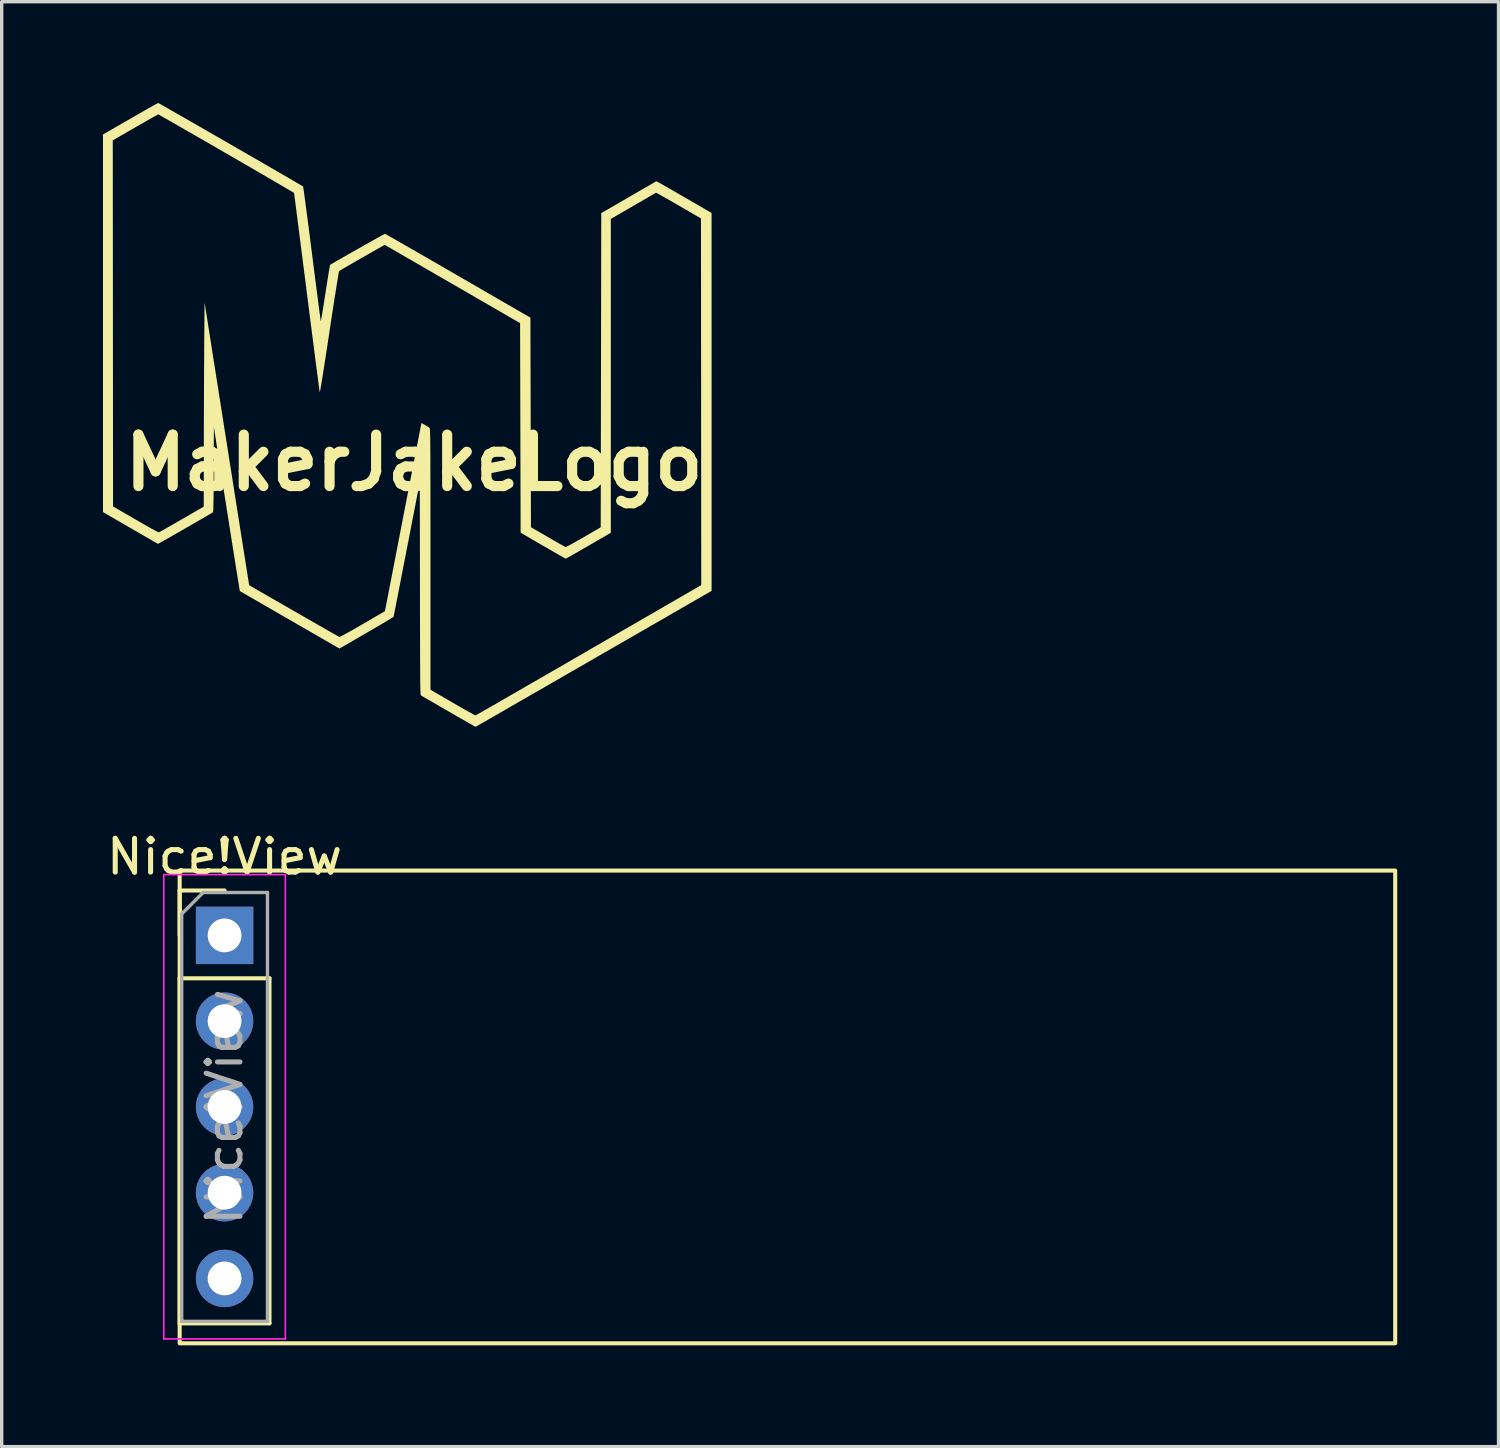
<source format=kicad_pcb>
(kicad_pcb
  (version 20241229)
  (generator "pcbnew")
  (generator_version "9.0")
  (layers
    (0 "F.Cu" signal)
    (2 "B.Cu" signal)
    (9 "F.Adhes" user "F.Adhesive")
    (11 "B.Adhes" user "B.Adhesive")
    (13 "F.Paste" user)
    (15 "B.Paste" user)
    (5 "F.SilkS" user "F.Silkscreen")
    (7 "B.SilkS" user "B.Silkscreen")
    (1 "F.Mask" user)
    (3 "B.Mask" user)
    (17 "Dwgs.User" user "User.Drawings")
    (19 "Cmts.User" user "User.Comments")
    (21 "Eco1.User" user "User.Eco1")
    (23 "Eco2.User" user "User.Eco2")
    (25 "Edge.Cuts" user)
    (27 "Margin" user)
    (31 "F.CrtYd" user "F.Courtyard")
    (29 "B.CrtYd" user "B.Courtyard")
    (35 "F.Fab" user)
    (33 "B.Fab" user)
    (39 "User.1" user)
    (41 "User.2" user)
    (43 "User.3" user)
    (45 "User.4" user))
  (footprint "Nice!View"
    (layer "F.Cu")
    (at 3.601 24.653)
    (property "Reference" "Nice!View" (at 0 -2.33 0) (layer "F.SilkS") (effects (font (size 1 1) (thickness 0.15))))
    (attr through_hole)
    (fp_line (start -1.33 -1.33) (end 0 -1.33) (stroke (width 0.12) (type solid)) (layer "F.SilkS"))
    (fp_line (start -1.33 0) (end -1.33 -1.33) (stroke (width 0.12) (type solid)) (layer "F.SilkS"))
    (fp_line (start -1.33 1.27) (end -1.33 11.49) (stroke (width 0.12) (type solid)) (layer "F.SilkS"))
    (fp_line (start -1.33 1.27) (end 1.33 1.27) (stroke (width 0.12) (type solid)) (layer "F.SilkS"))
    (fp_line (start -1.33 11.49) (end 1.33 11.49) (stroke (width 0.12) (type solid)) (layer "F.SilkS"))
    (fp_line (start 1.33 1.27) (end 1.33 11.49) (stroke (width 0.12) (type solid)) (layer "F.SilkS"))
    (fp_rect (start -1.33 -1.92) (end 34.67 12.08) (stroke (width 0.12) (type default)) (fill no) (layer "F.SilkS"))
    (fp_line (start -1.8 -1.8) (end -1.8 11.95) (stroke (width 0.05) (type solid)) (layer "F.CrtYd"))
    (fp_line (start -1.8 11.95) (end 1.8 11.95) (stroke (width 0.05) (type solid)) (layer "F.CrtYd"))
    (fp_line (start 1.8 -1.8) (end -1.8 -1.8) (stroke (width 0.05) (type solid)) (layer "F.CrtYd"))
    (fp_line (start 1.8 11.95) (end 1.8 -1.8) (stroke (width 0.05) (type solid)) (layer "F.CrtYd"))
    (fp_line (start -1.27 -0.635) (end -0.635 -1.27) (stroke (width 0.1) (type solid)) (layer "F.Fab"))
    (fp_line (start -1.27 11.43) (end -1.27 -0.635) (stroke (width 0.1) (type solid)) (layer "F.Fab"))
    (fp_line (start -0.635 -1.27) (end 1.27 -1.27) (stroke (width 0.1) (type solid)) (layer "F.Fab"))
    (fp_line (start 1.27 -1.27) (end 1.27 11.43) (stroke (width 0.1) (type solid)) (layer "F.Fab"))
    (fp_line (start 1.27 11.43) (end -1.27 11.43) (stroke (width 0.1) (type solid)) (layer "F.Fab"))
    (fp_text user "${REFERENCE}" (at 0 5.08 90) (layer "F.Fab") (effects (font (size 1 1) (thickness 0.15))))
    (pad "1" thru_hole rect (at 0 0) (size 1.7 1.7) (drill 1) (layers "*.Cu" "*.Mask"))
    (pad "2" thru_hole oval (at 0 2.54) (size 1.7 1.7) (drill 1) (layers "*.Cu" "*.Mask"))
    (pad "3" thru_hole oval (at 0 5.08) (size 1.7 1.7) (drill 1) (layers "*.Cu" "*.Mask"))
    (pad "4" thru_hole oval (at 0 7.62) (size 1.7 1.7) (drill 1) (layers "*.Cu" "*.Mask"))
    (pad "5" thru_hole oval (at 0 10.16) (size 1.7 1.7) (drill 1) (layers "*.Cu" "*.Mask")))
  (footprint "MakerJakeLogo"
    (layer "F.Cu")
    (at 9.214 10.656)
    (property "Reference" "MakerJakeLogo" (at 0 0 0) (layer "F.SilkS") (effects (font (size 1.524 1.524) (thickness 0.3))))
    (attr board_only exclude_from_pos_files exclude_from_bom)
    (fp_poly (pts (xy -7.563 -10.648) (xy -7.521 -10.625) (xy -7.456 -10.588) (xy -7.368 -10.538) (xy -7.259 -10.476) (xy -7.132 -10.403) (xy -6.988 -10.321) (xy -6.829 -10.23) (xy -6.656 -10.131) (xy -6.473 -10.025) (xy -6.28 -9.915) (xy -6.08 -9.799) (xy -5.873 -9.681) (xy -5.663 -9.56) (xy -5.451 -9.438) (xy -5.239 -9.315) (xy -5.029 -9.194) (xy -4.822 -9.074) (xy -4.62 -8.958) (xy -4.426 -8.846) (xy -4.24 -8.738) (xy -4.066 -8.638) (xy -3.905 -8.544) (xy -3.758 -8.459) (xy -3.628 -8.383) (xy -3.516 -8.318) (xy -3.424 -8.264) (xy -3.354 -8.223) (xy -3.308 -8.196) (xy -3.288 -8.183) (xy -3.288 -8.183) (xy -3.284 -8.166) (xy -3.277 -8.118) (xy -3.266 -8.043) (xy -3.252 -7.942) (xy -3.235 -7.816) (xy -3.215 -7.668) (xy -3.193 -7.499) (xy -3.168 -7.312) (xy -3.141 -7.109) (xy -3.113 -6.891) (xy -3.084 -6.661) (xy -3.053 -6.42) (xy -3.024 -6.196) (xy -2.992 -5.946) (xy -2.962 -5.706) (xy -2.932 -5.476) (xy -2.904 -5.259) (xy -2.878 -5.056) (xy -2.854 -4.87) (xy -2.832 -4.703) (xy -2.813 -4.555) (xy -2.797 -4.431) (xy -2.783 -4.33) (xy -2.773 -4.257) (xy -2.767 -4.211) (xy -2.764 -4.196) (xy -2.76 -4.206) (xy -2.752 -4.246) (xy -2.74 -4.312) (xy -2.724 -4.402) (xy -2.706 -4.512) (xy -2.685 -4.64) (xy -2.663 -4.783) (xy -2.639 -4.937) (xy -2.628 -5.011) (xy -2.603 -5.171) (xy -2.579 -5.322) (xy -2.557 -5.461) (xy -2.538 -5.583) (xy -2.52 -5.687) (xy -2.506 -5.77) (xy -2.496 -5.827) (xy -2.49 -5.857) (xy -2.488 -5.861) (xy -2.471 -5.872) (xy -2.429 -5.897) (xy -2.365 -5.934) (xy -2.283 -5.982) (xy -2.184 -6.038) (xy -2.074 -6.102) (xy -1.953 -6.171) (xy -1.826 -6.243) (xy -1.696 -6.317) (xy -1.565 -6.391) (xy -1.436 -6.464) (xy -1.313 -6.533) (xy -1.199 -6.597) (xy -1.097 -6.654) (xy -1.009 -6.703) (xy -0.94 -6.742) (xy -0.891 -6.768) (xy -0.866 -6.781) (xy -0.863 -6.782) (xy -0.848 -6.774) (xy -0.806 -6.751) (xy -0.739 -6.713) (xy -0.649 -6.662) (xy -0.537 -6.598) (xy -0.405 -6.522) (xy -0.254 -6.436) (xy -0.086 -6.339) (xy 0.097 -6.234) (xy 0.295 -6.12) (xy 0.505 -5.999) (xy 0.726 -5.871) (xy 0.957 -5.738) (xy 1.195 -5.6) (xy 1.251 -5.568) (xy 1.491 -5.429) (xy 1.725 -5.294) (xy 1.95 -5.163) (xy 2.164 -5.039) (xy 2.367 -4.922) (xy 2.556 -4.813) (xy 2.73 -4.712) (xy 2.887 -4.621) (xy 3.026 -4.541) (xy 3.146 -4.471) (xy 3.244 -4.415) (xy 3.32 -4.371) (xy 3.37 -4.342) (xy 3.395 -4.327) (xy 3.397 -4.326) (xy 3.445 -4.299) (xy 3.453 -1.196) (xy 3.461 1.908) (xy 3.962 2.198) (xy 4.078 2.265) (xy 4.186 2.328) (xy 4.282 2.383) (xy 4.364 2.429) (xy 4.427 2.464) (xy 4.469 2.487) (xy 4.486 2.495) (xy 4.505 2.489) (xy 4.549 2.468) (xy 4.614 2.434) (xy 4.696 2.389) (xy 4.794 2.334) (xy 4.903 2.273) (xy 5.019 2.206) (xy 5.527 1.911) (xy 5.535 -2.741) (xy 5.543 -7.394) (xy 7.173 -8.338) (xy 7.24 -8.304) (xy 7.266 -8.29) (xy 7.318 -8.261) (xy 7.391 -8.219) (xy 7.484 -8.166) (xy 7.594 -8.103) (xy 7.717 -8.032) (xy 7.851 -7.954) (xy 7.993 -7.872) (xy 8.058 -7.835) (xy 8.81 -7.399) (xy 8.811 -1.804) (xy 8.811 3.792) (xy 8.775 3.814) (xy 8.759 3.823) (xy 8.716 3.848) (xy 8.649 3.887) (xy 8.558 3.939) (xy 8.444 4.005) (xy 8.31 4.082) (xy 8.157 4.17) (xy 7.986 4.269) (xy 7.799 4.377) (xy 7.597 4.493) (xy 7.381 4.618) (xy 7.154 4.749) (xy 6.916 4.886) (xy 6.669 5.028) (xy 6.415 5.175) (xy 6.154 5.325) (xy 5.889 5.478) (xy 5.62 5.632) (xy 5.35 5.788) (xy 5.08 5.944) (xy 4.811 6.099) (xy 4.544 6.252) (xy 4.281 6.404) (xy 4.024 6.552) (xy 3.775 6.696) (xy 3.533 6.835) (xy 3.301 6.968) (xy 3.081 7.095) (xy 2.874 7.214) (xy 2.681 7.326) (xy 2.504 7.428) (xy 2.344 7.52) (xy 2.202 7.601) (xy 2.081 7.671) (xy 1.981 7.728) (xy 1.905 7.772) (xy 1.852 7.802) (xy 1.826 7.817) (xy 1.824 7.819) (xy 1.808 7.812) (xy 1.768 7.79) (xy 1.705 7.755) (xy 1.621 7.708) (xy 1.519 7.65) (xy 1.403 7.583) (xy 1.273 7.509) (xy 1.133 7.428) (xy 1.025 7.366) (xy 0.878 7.281) (xy 0.739 7.201) (xy 0.611 7.126) (xy 0.495 7.059) (xy 0.395 7.002) (xy 0.314 6.954) (xy 0.253 6.919) (xy 0.216 6.898) (xy 0.206 6.891) (xy 0.202 6.888) (xy 0.199 6.882) (xy 0.197 6.871) (xy 0.194 6.854) (xy 0.192 6.83) (xy 0.189 6.798) (xy 0.188 6.756) (xy 0.186 6.703) (xy 0.184 6.637) (xy 0.183 6.558) (xy 0.182 6.463) (xy 0.18 6.352) (xy 0.179 6.223) (xy 0.179 6.075) (xy 0.178 5.907) (xy 0.177 5.717) (xy 0.177 5.503) (xy 0.176 5.265) (xy 0.175 5.001) (xy 0.175 4.711) (xy 0.174 4.391) (xy 0.174 4.042) (xy 0.174 3.723) (xy 0.169 0.572) (xy -0.216 2.557) (xy -0.264 2.806) (xy -0.311 3.045) (xy -0.355 3.274) (xy -0.398 3.491) (xy -0.437 3.693) (xy -0.473 3.879) (xy -0.506 4.046) (xy -0.535 4.194) (xy -0.56 4.319) (xy -0.58 4.42) (xy -0.595 4.495) (xy -0.604 4.542) (xy -0.608 4.56) (xy -0.623 4.571) (xy -0.663 4.597) (xy -0.726 4.636) (xy -0.81 4.686) (xy -0.912 4.746) (xy -1.029 4.816) (xy -1.159 4.892) (xy -1.299 4.974) (xy -1.412 5.04) (xy -2.21 5.502) (xy -3.683 4.652) (xy -3.884 4.537) (xy -4.076 4.426) (xy -4.259 4.32) (xy -4.43 4.221) (xy -4.588 4.13) (xy -4.73 4.048) (xy -4.855 3.976) (xy -4.962 3.914) (xy -5.047 3.865) (xy -5.11 3.828) (xy -5.149 3.806) (xy -5.161 3.799) (xy -5.164 3.783) (xy -5.172 3.736) (xy -5.185 3.662) (xy -5.201 3.56) (xy -5.221 3.434) (xy -5.245 3.284) (xy -5.273 3.113) (xy -5.303 2.923) (xy -5.336 2.714) (xy -5.372 2.489) (xy -5.41 2.249) (xy -5.45 1.997) (xy -5.491 1.734) (xy -5.534 1.461) (xy -5.549 1.37) (xy -5.93 -1.054) (xy -5.935 0.197) (xy -5.935 0.439) (xy -5.937 0.65) (xy -5.938 0.832) (xy -5.939 0.987) (xy -5.941 1.117) (xy -5.943 1.223) (xy -5.945 1.308) (xy -5.947 1.372) (xy -5.95 1.419) (xy -5.954 1.448) (xy -5.957 1.463) (xy -5.959 1.465) (xy -5.979 1.478) (xy -6.023 1.505) (xy -6.089 1.544) (xy -6.173 1.593) (xy -6.272 1.651) (xy -6.384 1.716) (xy -6.505 1.786) (xy -6.632 1.859) (xy -6.762 1.934) (xy -6.893 2.009) (xy -7.02 2.083) (xy -7.142 2.152) (xy -7.255 2.217) (xy -7.357 2.274) (xy -7.443 2.323) (xy -7.512 2.362) (xy -7.56 2.388) (xy -7.583 2.4) (xy -7.586 2.401) (xy -7.601 2.392) (xy -7.642 2.369) (xy -7.706 2.332) (xy -7.79 2.283) (xy -7.893 2.224) (xy -8.01 2.157) (xy -8.141 2.081) (xy -8.282 2) (xy -8.405 1.928) (xy -9.214 1.46) (xy -9.214 -4.131) (xy -9.214 -9.55) (xy -8.924 -9.55) (xy -8.92 -4.128) (xy -8.916 1.293) (xy -8.248 1.68) (xy -8.114 1.758) (xy -7.988 1.83) (xy -7.873 1.895) (xy -7.772 1.951) (xy -7.687 1.998) (xy -7.622 2.033) (xy -7.579 2.055) (xy -7.561 2.062) (xy -7.561 2.062) (xy -7.544 2.053) (xy -7.501 2.03) (xy -7.437 1.994) (xy -7.352 1.946) (xy -7.252 1.888) (xy -7.137 1.823) (xy -7.012 1.751) (xy -6.886 1.678) (xy -6.23 1.299) (xy -6.227 -0.613) (xy -6.227 -0.887) (xy -6.226 -1.169) (xy -6.225 -1.458) (xy -6.224 -1.748) (xy -6.223 -2.036) (xy -6.222 -2.318) (xy -6.221 -2.59) (xy -6.22 -2.848) (xy -6.218 -3.089) (xy -6.217 -3.308) (xy -6.216 -3.502) (xy -6.215 -3.637) (xy -6.205 -4.748) (xy -5.546 -0.563) (xy -5.489 -0.2) (xy -5.433 0.155) (xy -5.378 0.5) (xy -5.326 0.834) (xy -5.275 1.156) (xy -5.227 1.464) (xy -5.18 1.757) (xy -5.137 2.033) (xy -5.096 2.292) (xy -5.058 2.532) (xy -5.023 2.752) (xy -4.992 2.951) (xy -4.964 3.126) (xy -4.94 3.277) (xy -4.92 3.403) (xy -4.904 3.502) (xy -4.893 3.572) (xy -4.886 3.614) (xy -4.884 3.624) (xy -4.861 3.638) (xy -4.813 3.667) (xy -4.743 3.708) (xy -4.652 3.76) (xy -4.543 3.823) (xy -4.419 3.895) (xy -4.281 3.974) (xy -4.133 4.059) (xy -3.976 4.149) (xy -3.814 4.243) (xy -3.647 4.339) (xy -3.479 4.435) (xy -3.312 4.531) (xy -3.149 4.625) (xy -2.991 4.715) (xy -2.841 4.801) (xy -2.701 4.881) (xy -2.575 4.953) (xy -2.463 5.017) (xy -2.369 5.07) (xy -2.295 5.112) (xy -2.242 5.141) (xy -2.215 5.157) (xy -2.211 5.159) (xy -2.193 5.152) (xy -2.149 5.13) (xy -2.083 5.096) (xy -1.998 5.049) (xy -1.897 4.993) (xy -1.782 4.928) (xy -1.656 4.856) (xy -1.525 4.78) (xy -0.864 4.395) (xy -0.765 3.888) (xy -0.75 3.811) (xy -0.73 3.705) (xy -0.704 3.571) (xy -0.673 3.413) (xy -0.638 3.233) (xy -0.599 3.032) (xy -0.557 2.814) (xy -0.512 2.58) (xy -0.464 2.334) (xy -0.414 2.077) (xy -0.363 1.811) (xy -0.31 1.539) (xy -0.257 1.264) (xy -0.225 1.102) (xy 0.217 -1.177) (xy 0.322 -1.119) (xy 0.378 -1.087) (xy 0.425 -1.058) (xy 0.455 -1.037) (xy 0.456 -1.036) (xy 0.459 -1.032) (xy 0.462 -1.026) (xy 0.464 -1.015) (xy 0.467 -0.999) (xy 0.469 -0.976) (xy 0.471 -0.946) (xy 0.473 -0.906) (xy 0.474 -0.857) (xy 0.476 -0.796) (xy 0.477 -0.722) (xy 0.478 -0.635) (xy 0.479 -0.533) (xy 0.48 -0.415) (xy 0.481 -0.279) (xy 0.482 -0.125) (xy 0.482 0.05) (xy 0.483 0.245) (xy 0.483 0.462) (xy 0.484 0.703) (xy 0.484 0.968) (xy 0.484 1.259) (xy 0.484 1.577) (xy 0.485 1.924) (xy 0.485 2.3) (xy 0.485 2.706) (xy 0.485 2.855) (xy 0.485 6.721) (xy 1.142 7.103) (xy 1.275 7.18) (xy 1.4 7.252) (xy 1.514 7.317) (xy 1.614 7.373) (xy 1.697 7.419) (xy 1.761 7.454) (xy 1.802 7.475) (xy 1.818 7.482) (xy 1.833 7.474) (xy 1.876 7.45) (xy 1.943 7.412) (xy 2.035 7.359) (xy 2.15 7.294) (xy 2.287 7.215) (xy 2.445 7.125) (xy 2.621 7.023) (xy 2.816 6.91) (xy 3.028 6.788) (xy 3.256 6.657) (xy 3.498 6.517) (xy 3.754 6.37) (xy 4.022 6.215) (xy 4.3 6.055) (xy 4.588 5.888) (xy 4.885 5.717) (xy 5.17 5.551) (xy 8.504 3.623) (xy 8.496 -7.237) (xy 7.836 -7.62) (xy 7.703 -7.697) (xy 7.578 -7.768) (xy 7.465 -7.833) (xy 7.366 -7.889) (xy 7.284 -7.935) (xy 7.221 -7.97) (xy 7.181 -7.991) (xy 7.166 -7.998) (xy 7.151 -7.989) (xy 7.11 -7.966) (xy 7.047 -7.929) (xy 6.964 -7.882) (xy 6.865 -7.824) (xy 6.751 -7.758) (xy 6.626 -7.686) (xy 6.492 -7.609) (xy 6.491 -7.608) (xy 5.826 -7.223) (xy 5.826 2.074) (xy 5.164 2.457) (xy 5.031 2.534) (xy 4.906 2.606) (xy 4.793 2.671) (xy 4.693 2.728) (xy 4.61 2.775) (xy 4.547 2.81) (xy 4.506 2.832) (xy 4.491 2.84) (xy 4.475 2.832) (xy 4.433 2.809) (xy 4.37 2.773) (xy 4.287 2.726) (xy 4.187 2.669) (xy 4.073 2.603) (xy 3.948 2.531) (xy 3.816 2.455) (xy 3.155 2.07) (xy 3.147 -1.033) (xy 3.139 -4.137) (xy 1.134 -5.296) (xy -0.871 -6.455) (xy -1.537 -6.075) (xy -1.671 -5.998) (xy -1.798 -5.925) (xy -1.913 -5.859) (xy -2.013 -5.8) (xy -2.098 -5.751) (xy -2.162 -5.712) (xy -2.204 -5.687) (xy -2.221 -5.675) (xy -2.226 -5.657) (xy -2.235 -5.609) (xy -2.248 -5.533) (xy -2.265 -5.431) (xy -2.286 -5.306) (xy -2.309 -5.159) (xy -2.336 -4.992) (xy -2.365 -4.807) (xy -2.396 -4.607) (xy -2.429 -4.393) (xy -2.463 -4.168) (xy -2.499 -3.933) (xy -2.511 -3.852) (xy -2.558 -3.542) (xy -2.601 -3.263) (xy -2.639 -3.015) (xy -2.673 -2.798) (xy -2.702 -2.611) (xy -2.727 -2.453) (xy -2.749 -2.325) (xy -2.766 -2.225) (xy -2.779 -2.153) (xy -2.789 -2.109) (xy -2.794 -2.092) (xy -2.796 -2.093) (xy -2.799 -2.113) (xy -2.806 -2.164) (xy -2.817 -2.244) (xy -2.831 -2.351) (xy -2.848 -2.483) (xy -2.869 -2.639) (xy -2.892 -2.818) (xy -2.918 -3.017) (xy -2.946 -3.236) (xy -2.977 -3.472) (xy -3.009 -3.723) (xy -3.043 -3.989) (xy -3.079 -4.267) (xy -3.116 -4.557) (xy -3.154 -4.855) (xy -3.18 -5.059) (xy -3.218 -5.362) (xy -3.256 -5.657) (xy -3.292 -5.942) (xy -3.327 -6.215) (xy -3.36 -6.474) (xy -3.391 -6.719) (xy -3.42 -6.947) (xy -3.447 -7.157) (xy -3.472 -7.347) (xy -3.493 -7.516) (xy -3.512 -7.661) (xy -3.527 -7.783) (xy -3.54 -7.878) (xy -3.549 -7.945) (xy -3.554 -7.983) (xy -3.555 -7.991) (xy -3.569 -8.001) (xy -3.609 -8.025) (xy -3.673 -8.064) (xy -3.76 -8.115) (xy -3.867 -8.177) (xy -3.992 -8.251) (xy -4.134 -8.333) (xy -4.291 -8.424) (xy -4.46 -8.523) (xy -4.64 -8.627) (xy -4.829 -8.737) (xy -5.025 -8.851) (xy -5.226 -8.967) (xy -5.43 -9.085) (xy -5.636 -9.204) (xy -5.84 -9.322) (xy -6.043 -9.439) (xy -6.24 -9.553) (xy -6.432 -9.663) (xy -6.615 -9.769) (xy -6.788 -9.868) (xy -6.949 -9.961) (xy -7.095 -10.045) (xy -7.226 -10.12) (xy -7.339 -10.184) (xy -7.433 -10.237) (xy -7.504 -10.278) (xy -7.552 -10.304) (xy -7.575 -10.316) (xy -7.577 -10.317) (xy -7.593 -10.309) (xy -7.635 -10.287) (xy -7.7 -10.251) (xy -7.784 -10.204) (xy -7.884 -10.148) (xy -7.999 -10.082) (xy -8.124 -10.011) (xy -8.258 -9.933) (xy -8.924 -9.55) (xy -9.214 -9.55) (xy -9.214 -9.723) (xy -8.405 -10.189) (xy -8.257 -10.275) (xy -8.118 -10.355) (xy -7.988 -10.429) (xy -7.872 -10.495) (xy -7.772 -10.551) (xy -7.69 -10.597) (xy -7.628 -10.631) (xy -7.59 -10.651) (xy -7.578 -10.656)) (stroke (width 0) (type solid)) (fill yes) (layer "F.SilkS")))
  (gr_rect
    (start -3 -3)
    (end 41.331 39.793)
    (stroke (width 0.1) (type default))
    (fill no)
    (layer "Edge.Cuts")))
</source>
